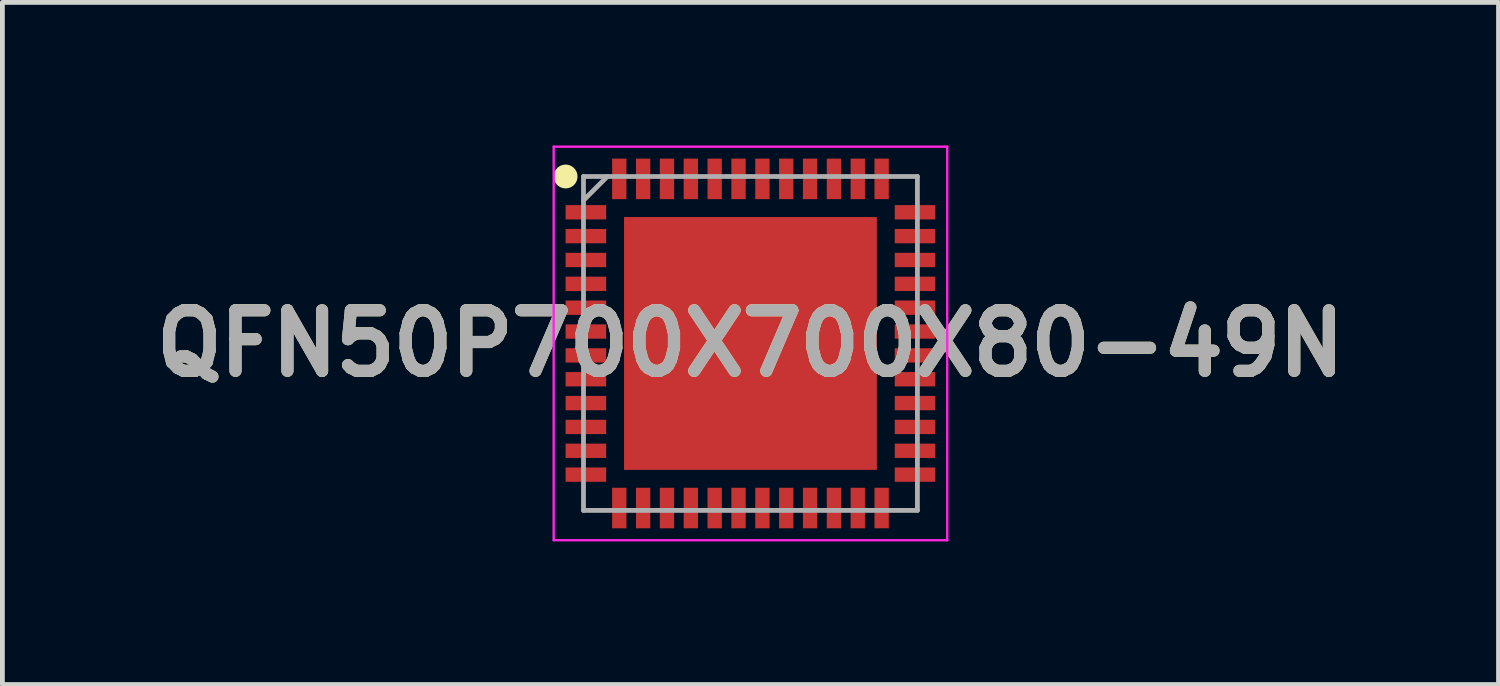
<source format=kicad_pcb>
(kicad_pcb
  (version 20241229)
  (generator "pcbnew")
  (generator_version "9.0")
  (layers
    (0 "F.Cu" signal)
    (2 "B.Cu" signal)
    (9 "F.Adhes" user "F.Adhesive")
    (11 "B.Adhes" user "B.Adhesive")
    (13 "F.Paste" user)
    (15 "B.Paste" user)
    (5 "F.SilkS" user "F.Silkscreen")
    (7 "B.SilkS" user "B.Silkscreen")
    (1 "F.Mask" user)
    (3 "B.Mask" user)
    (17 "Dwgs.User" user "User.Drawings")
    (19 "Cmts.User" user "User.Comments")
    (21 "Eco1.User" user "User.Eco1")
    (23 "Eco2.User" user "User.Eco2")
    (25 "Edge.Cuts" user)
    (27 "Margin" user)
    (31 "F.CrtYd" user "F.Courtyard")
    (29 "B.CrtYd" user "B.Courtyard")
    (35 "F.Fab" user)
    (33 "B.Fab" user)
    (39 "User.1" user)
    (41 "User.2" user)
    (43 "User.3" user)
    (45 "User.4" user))
  (footprint "QFN50P700X700X80-49N"
    (layer "F.Cu")
    (at 12.682 4.15)
    (property "Reference" "QFN50P700X700X80-49N" (at 0 0 0) (layer "F.SilkS") (effects (font (size 1.27 1.27) (thickness 0.254))))
    (attr smd)
    (fp_circle (center -3.875 -3.5) (end -3.875 -3.375) (stroke (width 0.25) (type solid)) (fill no) (layer "F.SilkS"))
    (fp_line (start -4.125 -4.125) (end 4.125 -4.125) (stroke (width 0.05) (type solid)) (layer "F.CrtYd"))
    (fp_line (start -4.125 4.125) (end -4.125 -4.125) (stroke (width 0.05) (type solid)) (layer "F.CrtYd"))
    (fp_line (start 4.125 -4.125) (end 4.125 4.125) (stroke (width 0.05) (type solid)) (layer "F.CrtYd"))
    (fp_line (start 4.125 4.125) (end -4.125 4.125) (stroke (width 0.05) (type solid)) (layer "F.CrtYd"))
    (fp_line (start -3.5 -3.5) (end 3.5 -3.5) (stroke (width 0.1) (type solid)) (layer "F.Fab"))
    (fp_line (start -3.5 -3) (end -3 -3.5) (stroke (width 0.1) (type solid)) (layer "F.Fab"))
    (fp_line (start -3.5 3.5) (end -3.5 -3.5) (stroke (width 0.1) (type solid)) (layer "F.Fab"))
    (fp_line (start 3.5 -3.5) (end 3.5 3.5) (stroke (width 0.1) (type solid)) (layer "F.Fab"))
    (fp_line (start 3.5 3.5) (end -3.5 3.5) (stroke (width 0.1) (type solid)) (layer "F.Fab"))
    (fp_text user "${REFERENCE}" (at 0 0 0) (layer "F.Fab") (effects (font (size 1.27 1.27) (thickness 0.254))))
    (pad "1" smd rect (at -3.45 -2.75 90) (size 0.3 0.85) (layers "F.Cu" "F.Mask" "F.Paste"))
    (pad "2" smd rect (at -3.45 -2.25 90) (size 0.3 0.85) (layers "F.Cu" "F.Mask" "F.Paste"))
    (pad "3" smd rect (at -3.45 -1.75 90) (size 0.3 0.85) (layers "F.Cu" "F.Mask" "F.Paste"))
    (pad "4" smd rect (at -3.45 -1.25 90) (size 0.3 0.85) (layers "F.Cu" "F.Mask" "F.Paste"))
    (pad "5" smd rect (at -3.45 -0.75 90) (size 0.3 0.85) (layers "F.Cu" "F.Mask" "F.Paste"))
    (pad "6" smd rect (at -3.45 -0.25 90) (size 0.3 0.85) (layers "F.Cu" "F.Mask" "F.Paste"))
    (pad "7" smd rect (at -3.45 0.25 90) (size 0.3 0.85) (layers "F.Cu" "F.Mask" "F.Paste"))
    (pad "8" smd rect (at -3.45 0.75 90) (size 0.3 0.85) (layers "F.Cu" "F.Mask" "F.Paste"))
    (pad "9" smd rect (at -3.45 1.25 90) (size 0.3 0.85) (layers "F.Cu" "F.Mask" "F.Paste"))
    (pad "10" smd rect (at -3.45 1.75 90) (size 0.3 0.85) (layers "F.Cu" "F.Mask" "F.Paste"))
    (pad "11" smd rect (at -3.45 2.25 90) (size 0.3 0.85) (layers "F.Cu" "F.Mask" "F.Paste"))
    (pad "12" smd rect (at -3.45 2.75 90) (size 0.3 0.85) (layers "F.Cu" "F.Mask" "F.Paste"))
    (pad "13" smd rect (at -2.75 3.45) (size 0.3 0.85) (layers "F.Cu" "F.Mask" "F.Paste"))
    (pad "14" smd rect (at -2.25 3.45) (size 0.3 0.85) (layers "F.Cu" "F.Mask" "F.Paste"))
    (pad "15" smd rect (at -1.75 3.45) (size 0.3 0.85) (layers "F.Cu" "F.Mask" "F.Paste"))
    (pad "16" smd rect (at -1.25 3.45) (size 0.3 0.85) (layers "F.Cu" "F.Mask" "F.Paste"))
    (pad "17" smd rect (at -0.75 3.45) (size 0.3 0.85) (layers "F.Cu" "F.Mask" "F.Paste"))
    (pad "18" smd rect (at -0.25 3.45) (size 0.3 0.85) (layers "F.Cu" "F.Mask" "F.Paste"))
    (pad "19" smd rect (at 0.25 3.45) (size 0.3 0.85) (layers "F.Cu" "F.Mask" "F.Paste"))
    (pad "20" smd rect (at 0.75 3.45) (size 0.3 0.85) (layers "F.Cu" "F.Mask" "F.Paste"))
    (pad "21" smd rect (at 1.25 3.45) (size 0.3 0.85) (layers "F.Cu" "F.Mask" "F.Paste"))
    (pad "22" smd rect (at 1.75 3.45) (size 0.3 0.85) (layers "F.Cu" "F.Mask" "F.Paste"))
    (pad "23" smd rect (at 2.25 3.45) (size 0.3 0.85) (layers "F.Cu" "F.Mask" "F.Paste"))
    (pad "24" smd rect (at 2.75 3.45) (size 0.3 0.85) (layers "F.Cu" "F.Mask" "F.Paste"))
    (pad "25" smd rect (at 3.45 2.75 90) (size 0.3 0.85) (layers "F.Cu" "F.Mask" "F.Paste"))
    (pad "26" smd rect (at 3.45 2.25 90) (size 0.3 0.85) (layers "F.Cu" "F.Mask" "F.Paste"))
    (pad "27" smd rect (at 3.45 1.75 90) (size 0.3 0.85) (layers "F.Cu" "F.Mask" "F.Paste"))
    (pad "28" smd rect (at 3.45 1.25 90) (size 0.3 0.85) (layers "F.Cu" "F.Mask" "F.Paste"))
    (pad "29" smd rect (at 3.45 0.75 90) (size 0.3 0.85) (layers "F.Cu" "F.Mask" "F.Paste"))
    (pad "30" smd rect (at 3.45 0.25 90) (size 0.3 0.85) (layers "F.Cu" "F.Mask" "F.Paste"))
    (pad "31" smd rect (at 3.45 -0.25 90) (size 0.3 0.85) (layers "F.Cu" "F.Mask" "F.Paste"))
    (pad "32" smd rect (at 3.45 -0.75 90) (size 0.3 0.85) (layers "F.Cu" "F.Mask" "F.Paste"))
    (pad "33" smd rect (at 3.45 -1.25 90) (size 0.3 0.85) (layers "F.Cu" "F.Mask" "F.Paste"))
    (pad "34" smd rect (at 3.45 -1.75 90) (size 0.3 0.85) (layers "F.Cu" "F.Mask" "F.Paste"))
    (pad "35" smd rect (at 3.45 -2.25 90) (size 0.3 0.85) (layers "F.Cu" "F.Mask" "F.Paste"))
    (pad "36" smd rect (at 3.45 -2.75 90) (size 0.3 0.85) (layers "F.Cu" "F.Mask" "F.Paste"))
    (pad "37" smd rect (at 2.75 -3.45) (size 0.3 0.85) (layers "F.Cu" "F.Mask" "F.Paste"))
    (pad "38" smd rect (at 2.25 -3.45) (size 0.3 0.85) (layers "F.Cu" "F.Mask" "F.Paste"))
    (pad "39" smd rect (at 1.75 -3.45) (size 0.3 0.85) (layers "F.Cu" "F.Mask" "F.Paste"))
    (pad "40" smd rect (at 1.25 -3.45) (size 0.3 0.85) (layers "F.Cu" "F.Mask" "F.Paste"))
    (pad "41" smd rect (at 0.75 -3.45) (size 0.3 0.85) (layers "F.Cu" "F.Mask" "F.Paste"))
    (pad "42" smd rect (at 0.25 -3.45) (size 0.3 0.85) (layers "F.Cu" "F.Mask" "F.Paste"))
    (pad "43" smd rect (at -0.25 -3.45) (size 0.3 0.85) (layers "F.Cu" "F.Mask" "F.Paste"))
    (pad "44" smd rect (at -0.75 -3.45) (size 0.3 0.85) (layers "F.Cu" "F.Mask" "F.Paste"))
    (pad "45" smd rect (at -1.25 -3.45) (size 0.3 0.85) (layers "F.Cu" "F.Mask" "F.Paste"))
    (pad "46" smd rect (at -1.75 -3.45) (size 0.3 0.85) (layers "F.Cu" "F.Mask" "F.Paste"))
    (pad "47" smd rect (at -2.25 -3.45) (size 0.3 0.85) (layers "F.Cu" "F.Mask" "F.Paste"))
    (pad "48" smd rect (at -2.75 -3.45) (size 0.3 0.85) (layers "F.Cu" "F.Mask" "F.Paste"))
    (pad "49" smd rect (at 0 0) (size 5.3 5.3) (layers "F.Cu" "F.Mask" "F.Paste")))
  (gr_rect
    (start -3 -3)
    (end 28.364 11.3)
    (stroke (width 0.1) (type default))
    (fill no)
    (layer "Edge.Cuts")))
</source>
